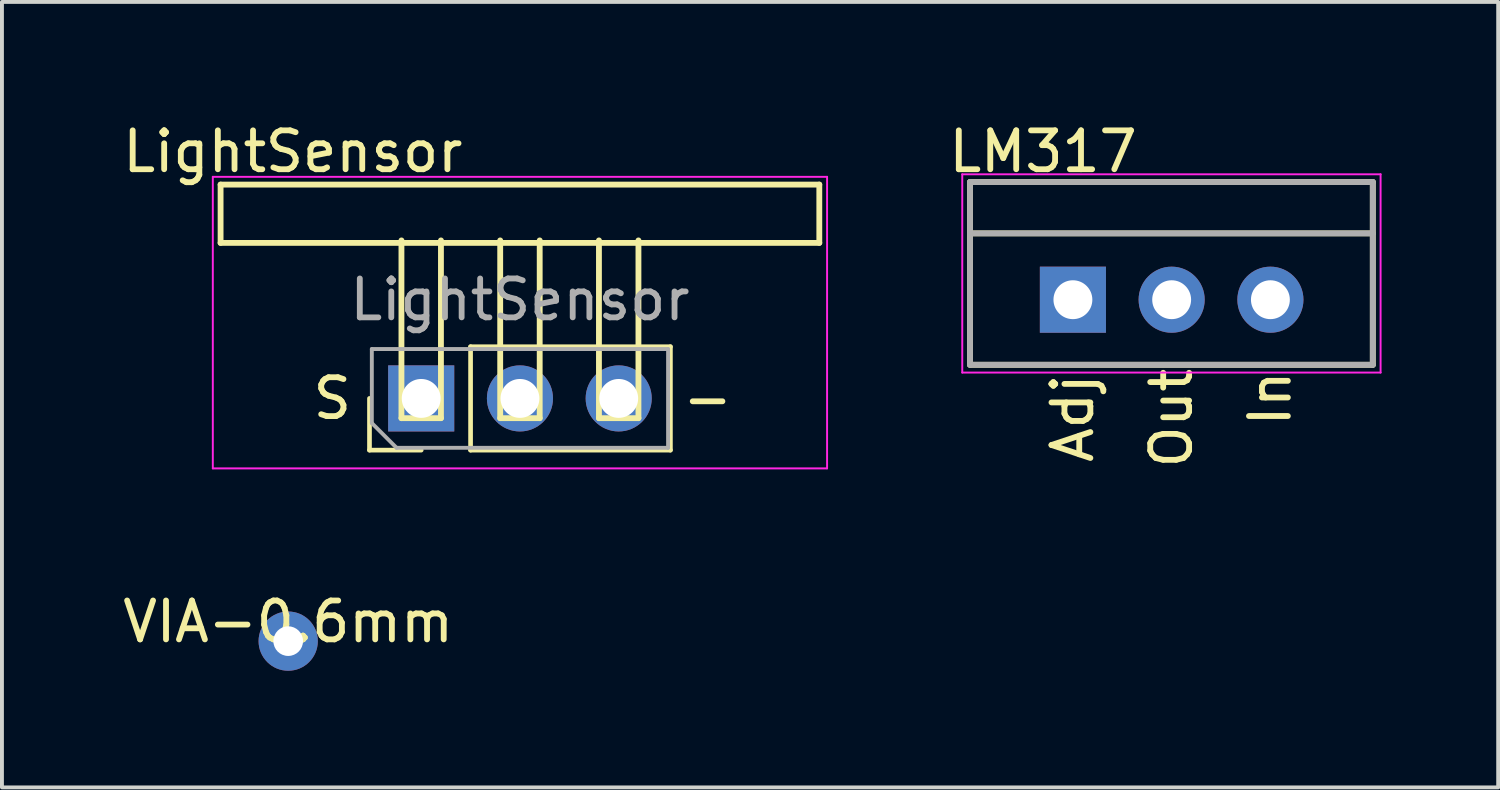
<source format=kicad_pcb>
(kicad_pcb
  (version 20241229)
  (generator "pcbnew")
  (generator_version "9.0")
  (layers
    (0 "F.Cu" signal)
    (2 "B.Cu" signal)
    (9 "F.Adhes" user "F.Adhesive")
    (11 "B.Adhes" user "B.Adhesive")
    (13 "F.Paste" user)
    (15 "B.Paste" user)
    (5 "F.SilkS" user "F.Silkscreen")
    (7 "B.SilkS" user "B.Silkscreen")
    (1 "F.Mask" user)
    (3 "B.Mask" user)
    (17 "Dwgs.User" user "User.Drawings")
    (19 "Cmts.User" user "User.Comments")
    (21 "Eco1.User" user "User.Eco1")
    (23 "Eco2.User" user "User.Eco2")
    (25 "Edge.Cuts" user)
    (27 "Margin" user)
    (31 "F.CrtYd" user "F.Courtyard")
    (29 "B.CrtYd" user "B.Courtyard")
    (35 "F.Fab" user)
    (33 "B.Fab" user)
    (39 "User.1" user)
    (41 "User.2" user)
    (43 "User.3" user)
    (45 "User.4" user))
  (footprint "LightSensor"
    (layer "F.Cu")
    (at 10.324 7.198)
    (property "Reference" "LightSensor" (at -5.842 -6.35 180) (layer "F.SilkS") (effects (font (size 1 1) (thickness 0.15))))
    (attr through_hole)
    (fp_line (start -7.7 -4) (end -7.7 -5.5) (stroke (width 0.15) (type solid)) (layer "F.SilkS"))
    (fp_line (start -7.7 -4) (end 7.7 -4) (stroke (width 0.15) (type solid)) (layer "F.SilkS"))
    (fp_line (start -3.87 1.33) (end -3.87 0) (stroke (width 0.12) (type solid)) (layer "F.SilkS"))
    (fp_line (start -3.048 -4.064) (end -3.048 0.508) (stroke (width 0.15) (type solid)) (layer "F.SilkS"))
    (fp_line (start -3.048 0.508) (end -2.032 0.508) (stroke (width 0.15) (type solid)) (layer "F.SilkS"))
    (fp_line (start -2.54 1.33) (end -3.87 1.33) (stroke (width 0.12) (type solid)) (layer "F.SilkS"))
    (fp_line (start -2.032 0.508) (end -2.032 -4.064) (stroke (width 0.15) (type solid)) (layer "F.SilkS"))
    (fp_line (start -1.27 -1.33) (end 3.87 -1.33) (stroke (width 0.12) (type solid)) (layer "F.SilkS"))
    (fp_line (start -1.27 1.33) (end -1.27 -1.33) (stroke (width 0.12) (type solid)) (layer "F.SilkS"))
    (fp_line (start -1.27 1.33) (end 3.87 1.33) (stroke (width 0.12) (type solid)) (layer "F.SilkS"))
    (fp_line (start -0.508 -4.064) (end -0.508 0.508) (stroke (width 0.15) (type solid)) (layer "F.SilkS"))
    (fp_line (start -0.508 0.508) (end 0.508 0.508) (stroke (width 0.15) (type solid)) (layer "F.SilkS"))
    (fp_line (start 0.508 0.508) (end 0.508 -4.064) (stroke (width 0.15) (type solid)) (layer "F.SilkS"))
    (fp_line (start 2.032 -4.064) (end 2.032 0.508) (stroke (width 0.15) (type solid)) (layer "F.SilkS"))
    (fp_line (start 2.032 0.508) (end 3.048 0.508) (stroke (width 0.15) (type solid)) (layer "F.SilkS"))
    (fp_line (start 3.048 0.508) (end 3.048 -4.064) (stroke (width 0.15) (type solid)) (layer "F.SilkS"))
    (fp_line (start 3.87 1.33) (end 3.87 -1.33) (stroke (width 0.12) (type solid)) (layer "F.SilkS"))
    (fp_line (start 7.7 -5.5) (end -7.7 -5.5) (stroke (width 0.15) (type solid)) (layer "F.SilkS"))
    (fp_line (start 7.7 -4) (end 7.7 -5.5) (stroke (width 0.15) (type solid)) (layer "F.SilkS"))
    (fp_line (start -7.9 -5.7) (end -7.9 1.8) (stroke (width 0.05) (type solid)) (layer "F.CrtYd"))
    (fp_line (start -7.9 -5.7) (end 7.9 -5.7) (stroke (width 0.05) (type solid)) (layer "F.CrtYd"))
    (fp_line (start -7.9 1.8) (end 7.9 1.8) (stroke (width 0.05) (type solid)) (layer "F.CrtYd"))
    (fp_line (start 7.9 1.8) (end 7.9 -5.7) (stroke (width 0.05) (type solid)) (layer "F.CrtYd"))
    (fp_line (start -3.81 -1.27) (end 3.81 -1.27) (stroke (width 0.1) (type solid)) (layer "F.Fab"))
    (fp_line (start -3.81 0.635) (end -3.81 -1.27) (stroke (width 0.1) (type solid)) (layer "F.Fab"))
    (fp_line (start -3.175 1.27) (end -3.81 0.635) (stroke (width 0.1) (type solid)) (layer "F.Fab"))
    (fp_line (start 3.81 -1.27) (end 3.81 1.27) (stroke (width 0.1) (type solid)) (layer "F.Fab"))
    (fp_line (start 3.81 1.27) (end -3.175 1.27) (stroke (width 0.1) (type solid)) (layer "F.Fab"))
    (fp_text user "-" (at 4.826 0 0) (layer "F.SilkS") (effects (font (size 1 1) (thickness 0.15))))
    (fp_text user "S" (at -4.826 0 0) (layer "F.SilkS") (effects (font (size 1 1) (thickness 0.15))))
    (fp_text user "${REFERENCE}" (at 0 -2.54 180) (layer "F.Fab") (effects (font (size 1 1) (thickness 0.15))))
    (pad "1" thru_hole rect (at -2.54 0 90) (size 1.7 1.7) (drill 1) (layers "*.Cu" "*.Mask"))
    (pad "2" thru_hole oval (at 0 0 90) (size 1.7 1.7) (drill 1) (layers "*.Cu" "*.Mask"))
    (pad "3" thru_hole oval (at 2.54 0 90) (size 1.7 1.7) (drill 1) (layers "*.Cu" "*.Mask")))
  (footprint "VIA-0.6mm"
    (layer "F.Cu")
    (at 4.363 13.441)
    (property "Reference" "VIA-0.6mm" (at 0 -0.5 0) (unlocked yes) (layer "F.SilkS") (effects (font (size 1 1) (thickness 0.15))))
    (attr through_hole)
    (pad "1" thru_hole circle (at 0 0) (size 1.524 1.524) (drill 0.762) (layers "*.Cu" "*.Mask")))
  (footprint "LM317"
    (layer "F.Cu")
    (at 27.081 4.658)
    (property "Reference" "LM317" (at -3.302 -3.81 180) (layer "F.SilkS") (effects (font (size 1 1) (thickness 0.15))))
    (attr through_hole)
    (fp_line (start -5.18 -3.025) (end -5.18 1.675) (stroke (width 0.15) (type solid)) (layer "F.SilkS"))
    (fp_line (start -5.18 1.675) (end 5.18 1.675) (stroke (width 0.15) (type solid)) (layer "F.SilkS"))
    (fp_line (start 5.18 -3.025) (end -5.18 -3.025) (stroke (width 0.15) (type solid)) (layer "F.SilkS"))
    (fp_line (start 5.18 -1.705) (end -5.18 -1.705) (stroke (width 0.15) (type solid)) (layer "F.SilkS"))
    (fp_line (start 5.18 1.675) (end 5.18 -3.025) (stroke (width 0.15) (type solid)) (layer "F.SilkS"))
    (fp_line (start -5.38 -3.225) (end -5.38 1.875) (stroke (width 0.05) (type solid)) (layer "F.CrtYd"))
    (fp_line (start -5.38 1.875) (end 5.38 1.875) (stroke (width 0.05) (type solid)) (layer "F.CrtYd"))
    (fp_line (start 5.38 -3.225) (end -5.38 -3.225) (stroke (width 0.05) (type solid)) (layer "F.CrtYd"))
    (fp_line (start 5.38 1.875) (end 5.38 -3.225) (stroke (width 0.05) (type solid)) (layer "F.CrtYd"))
    (fp_line (start -5.18 -3.025) (end -5.18 1.675) (stroke (width 0.15) (type solid)) (layer "F.Fab"))
    (fp_line (start -5.18 1.675) (end 5.18 1.675) (stroke (width 0.15) (type solid)) (layer "F.Fab"))
    (fp_line (start 5.18 -3.025) (end -5.18 -3.025) (stroke (width 0.15) (type solid)) (layer "F.Fab"))
    (fp_line (start 5.18 -1.705) (end -5.18 -1.705) (stroke (width 0.15) (type solid)) (layer "F.Fab"))
    (fp_line (start 5.18 1.675) (end 5.18 -3.025) (stroke (width 0.15) (type solid)) (layer "F.Fab"))
    (fp_text user "Adj" (at -2.54 3.048 270) (layer "F.SilkS") (effects (font (size 1 1) (thickness 0.15))))
    (fp_text user "Out" (at 0 3.048 270) (layer "F.SilkS") (effects (font (size 1 1) (thickness 0.15))))
    (fp_text user "In" (at 2.54 2.54 270) (layer "F.SilkS") (effects (font (size 1 1) (thickness 0.15))))
    (pad "1" thru_hole rect (at -2.534 0.001 90) (size 1.7 1.7) (drill 1) (layers "*.Cu" "*.Mask"))
    (pad "2" thru_hole oval (at 0.006 0.001 180) (size 1.7 1.7) (drill 1) (layers "*.Cu" "*.Mask"))
    (pad "3" thru_hole oval (at 2.546 0.001 90) (size 1.7 1.7) (drill 1) (layers "*.Cu" "*.Mask")))
  (gr_rect
    (start -3 -3)
    (end 35.486 17.203)
    (stroke (width 0.1) (type default))
    (fill no)
    (layer "Edge.Cuts")))
</source>
